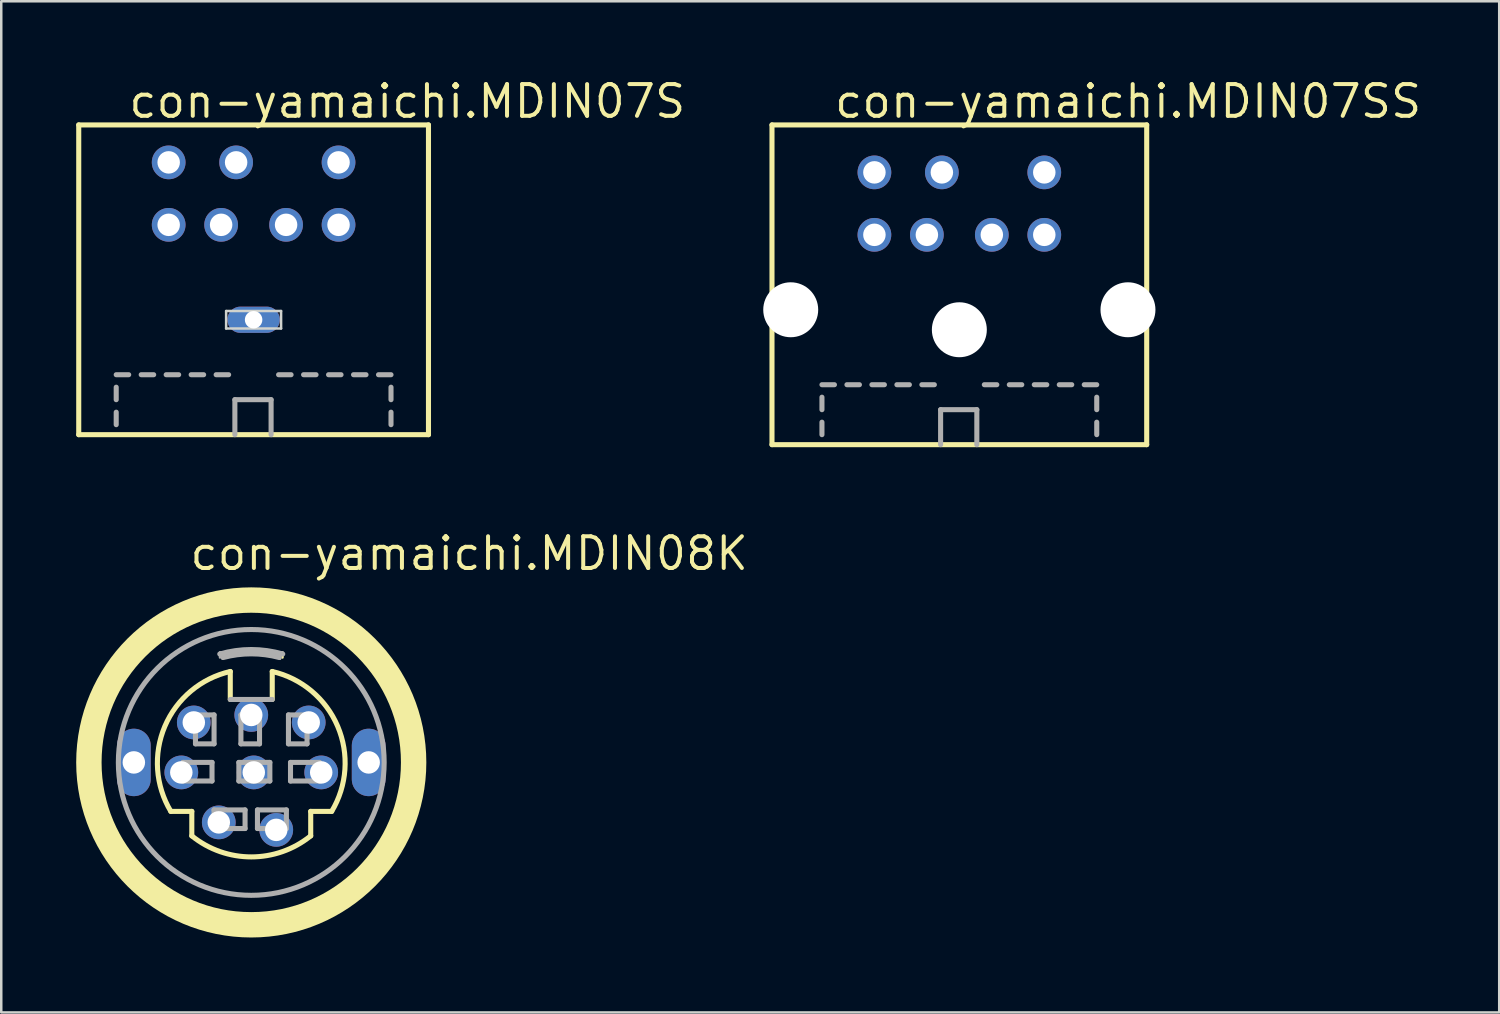
<source format=kicad_pcb>
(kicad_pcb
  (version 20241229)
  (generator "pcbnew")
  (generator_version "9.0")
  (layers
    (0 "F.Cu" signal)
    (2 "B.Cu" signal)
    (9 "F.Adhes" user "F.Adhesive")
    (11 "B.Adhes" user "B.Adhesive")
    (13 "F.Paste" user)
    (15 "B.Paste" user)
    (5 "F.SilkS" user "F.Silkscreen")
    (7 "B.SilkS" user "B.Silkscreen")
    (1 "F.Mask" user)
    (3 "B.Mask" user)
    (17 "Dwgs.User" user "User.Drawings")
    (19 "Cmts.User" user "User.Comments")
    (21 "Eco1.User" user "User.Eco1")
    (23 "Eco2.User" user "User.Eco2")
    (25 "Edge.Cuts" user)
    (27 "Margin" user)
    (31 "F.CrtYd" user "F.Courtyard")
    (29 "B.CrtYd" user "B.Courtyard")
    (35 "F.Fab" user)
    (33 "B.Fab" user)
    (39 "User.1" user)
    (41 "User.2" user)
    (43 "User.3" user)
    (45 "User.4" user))
  (footprint "con-yamaichi.MDIN07S"
    (layer "F.Cu")
    (at 7.102 14.45)
    (property "Reference" "con-yamaichi.MDIN07S" (at -5.08 -12.7 0) (layer "F.SilkS") (effects (font (size 1.27 1.27) (thickness 0.16)) (justify left bottom)))
    (attr through_hole)
    (fp_line (start -7 -12.5) (end -7 -0.1) (stroke (width 0.203) (type default)) (layer "F.SilkS"))
    (fp_line (start -7 -0.1) (end 7 -0.1) (stroke (width 0.203) (type default)) (layer "F.SilkS"))
    (fp_line (start 7 -12.5) (end -7 -12.5) (stroke (width 0.203) (type default)) (layer "F.SilkS"))
    (fp_line (start 7 -0.1) (end 7 -12.5) (stroke (width 0.203) (type default)) (layer "F.SilkS"))
    (fp_line (start -1.1 -4.35) (end -1.1 -5.05) (stroke (width 0.1) (type default)) (layer "Edge.Cuts"))
    (fp_line (start 1.1 -5.05) (end -1.1 -5.05) (stroke (width 0.1) (type default)) (layer "Edge.Cuts"))
    (fp_line (start 1.1 -4.35) (end -1.1 -4.35) (stroke (width 0.1) (type default)) (layer "Edge.Cuts"))
    (fp_line (start 1.1 -4.35) (end 1.1 -5.05) (stroke (width 0.1) (type default)) (layer "Edge.Cuts"))
    (fp_line (start -5.5 -2.5) (end -5 -2.5) (stroke (width 0.203) (type default)) (layer "F.Fab"))
    (fp_line (start -5.5 -1.5) (end -5.5 -2) (stroke (width 0.203) (type default)) (layer "F.Fab"))
    (fp_line (start -5.5 -0.5) (end -5.5 -1) (stroke (width 0.203) (type default)) (layer "F.Fab"))
    (fp_line (start -4.5 -2.5) (end -4 -2.5) (stroke (width 0.203) (type default)) (layer "F.Fab"))
    (fp_line (start -3.5 -2.5) (end -3 -2.5) (stroke (width 0.203) (type default)) (layer "F.Fab"))
    (fp_line (start -2.5 -2.5) (end -2 -2.5) (stroke (width 0.203) (type default)) (layer "F.Fab"))
    (fp_line (start -1.5 -2.5) (end -1 -2.5) (stroke (width 0.203) (type default)) (layer "F.Fab"))
    (fp_line (start -0.75 -1.5) (end 0.7 -1.5) (stroke (width 0.203) (type default)) (layer "F.Fab"))
    (fp_line (start -0.75 -0.1) (end -0.75 -1.5) (stroke (width 0.203) (type default)) (layer "F.Fab"))
    (fp_line (start 0.7 -1.5) (end 0.7 -0.1) (stroke (width 0.203) (type default)) (layer "F.Fab"))
    (fp_line (start 1 -2.5) (end 1.5 -2.5) (stroke (width 0.203) (type default)) (layer "F.Fab"))
    (fp_line (start 2 -2.5) (end 2.5 -2.5) (stroke (width 0.203) (type default)) (layer "F.Fab"))
    (fp_line (start 3 -2.5) (end 3.5 -2.5) (stroke (width 0.203) (type default)) (layer "F.Fab"))
    (fp_line (start 4 -2.5) (end 4.5 -2.5) (stroke (width 0.203) (type default)) (layer "F.Fab"))
    (fp_line (start 5 -2.5) (end 5.5 -2.5) (stroke (width 0.203) (type default)) (layer "F.Fab"))
    (fp_line (start 5.5 -1.5) (end 5.5 -2) (stroke (width 0.203) (type default)) (layer "F.Fab"))
    (fp_line (start 5.5 -0.5) (end 5.5 -1) (stroke (width 0.203) (type default)) (layer "F.Fab"))
    (pad "1" thru_hole circle (at 1.3 -8.5) (size 1.35 1.35) (drill 0.9) (layers "*.Cu" "*.Mask"))
    (pad "2" thru_hole circle (at -1.3 -8.5) (size 1.35 1.35) (drill 0.9) (layers "*.Cu" "*.Mask"))
    (pad "3" thru_hole circle (at 3.4 -8.5) (size 1.35 1.35) (drill 0.9) (layers "*.Cu" "*.Mask"))
    (pad "4" thru_hole circle (at -3.4 -8.5) (size 1.35 1.35) (drill 0.9) (layers "*.Cu" "*.Mask"))
    (pad "5" thru_hole circle (at 3.4 -11) (size 1.35 1.35) (drill 0.9) (layers "*.Cu" "*.Mask"))
    (pad "6" thru_hole circle (at -0.7 -11) (size 1.35 1.35) (drill 0.9) (layers "*.Cu" "*.Mask"))
    (pad "7" thru_hole circle (at -3.4 -11) (size 1.35 1.35) (drill 0.9) (layers "*.Cu" "*.Mask"))
    (pad "M" thru_hole oval (at 0 -4.7) (size 2.1 1.05) (drill 0.7) (layers "*.Cu" "*.Mask")))
  (footprint "con-yamaichi.MDIN07SS"
    (layer "F.Cu")
    (at 35.353 14.85)
    (property "Reference" "con-yamaichi.MDIN07SS" (at -5.08 -13.1 0) (layer "F.SilkS") (effects (font (size 1.27 1.27) (thickness 0.16)) (justify left bottom)))
    (attr through_hole)
    (fp_line (start -7.5 -12.9) (end -7.5 -0.1) (stroke (width 0.203) (type default)) (layer "F.SilkS"))
    (fp_line (start -7.5 -0.1) (end 7.5 -0.1) (stroke (width 0.203) (type default)) (layer "F.SilkS"))
    (fp_line (start 7.5 -12.9) (end -7.5 -12.9) (stroke (width 0.203) (type default)) (layer "F.SilkS"))
    (fp_line (start 7.5 -0.1) (end 7.5 -12.9) (stroke (width 0.203) (type default)) (layer "F.SilkS"))
    (fp_line (start -5.5 -2.5) (end -5 -2.5) (stroke (width 0.203) (type default)) (layer "F.Fab"))
    (fp_line (start -5.5 -1.5) (end -5.5 -2) (stroke (width 0.203) (type default)) (layer "F.Fab"))
    (fp_line (start -5.5 -0.5) (end -5.5 -1) (stroke (width 0.203) (type default)) (layer "F.Fab"))
    (fp_line (start -4.5 -2.5) (end -4 -2.5) (stroke (width 0.203) (type default)) (layer "F.Fab"))
    (fp_line (start -3.5 -2.5) (end -3 -2.5) (stroke (width 0.203) (type default)) (layer "F.Fab"))
    (fp_line (start -2.5 -2.5) (end -2 -2.5) (stroke (width 0.203) (type default)) (layer "F.Fab"))
    (fp_line (start -1.5 -2.5) (end -1 -2.5) (stroke (width 0.203) (type default)) (layer "F.Fab"))
    (fp_line (start -0.75 -1.5) (end 0.7 -1.5) (stroke (width 0.203) (type default)) (layer "F.Fab"))
    (fp_line (start -0.75 -0.1) (end -0.75 -1.5) (stroke (width 0.203) (type default)) (layer "F.Fab"))
    (fp_line (start 0.7 -1.5) (end 0.7 -0.1) (stroke (width 0.203) (type default)) (layer "F.Fab"))
    (fp_line (start 1 -2.5) (end 1.5 -2.5) (stroke (width 0.203) (type default)) (layer "F.Fab"))
    (fp_line (start 2 -2.5) (end 2.5 -2.5) (stroke (width 0.203) (type default)) (layer "F.Fab"))
    (fp_line (start 3 -2.5) (end 3.5 -2.5) (stroke (width 0.203) (type default)) (layer "F.Fab"))
    (fp_line (start 4 -2.5) (end 4.5 -2.5) (stroke (width 0.203) (type default)) (layer "F.Fab"))
    (fp_line (start 5 -2.5) (end 5.5 -2.5) (stroke (width 0.203) (type default)) (layer "F.Fab"))
    (fp_line (start 5.5 -1.5) (end 5.5 -2) (stroke (width 0.203) (type default)) (layer "F.Fab"))
    (fp_line (start 5.5 -0.5) (end 5.5 -1) (stroke (width 0.203) (type default)) (layer "F.Fab"))
    (pad "" np_thru_hole circle (at -6.75 -5.5) (size 2.2 2.2) (drill 2.2) (layers "*.Cu" "*.Mask"))
    (pad "" np_thru_hole circle (at 0 -4.7) (size 2.2 2.2) (drill 2.2) (layers "*.Cu" "*.Mask"))
    (pad "" np_thru_hole circle (at 6.75 -5.5) (size 2.2 2.2) (drill 2.2) (layers "*.Cu" "*.Mask"))
    (pad "1" thru_hole circle (at 1.3 -8.5) (size 1.35 1.35) (drill 0.9) (layers "*.Cu" "*.Mask"))
    (pad "2" thru_hole circle (at -1.3 -8.5) (size 1.35 1.35) (drill 0.9) (layers "*.Cu" "*.Mask"))
    (pad "3" thru_hole circle (at 3.4 -8.5) (size 1.35 1.35) (drill 0.9) (layers "*.Cu" "*.Mask"))
    (pad "4" thru_hole circle (at -3.4 -8.5) (size 1.35 1.35) (drill 0.9) (layers "*.Cu" "*.Mask"))
    (pad "5" thru_hole circle (at 3.4 -11) (size 1.35 1.35) (drill 0.9) (layers "*.Cu" "*.Mask"))
    (pad "6" thru_hole circle (at -0.7 -11) (size 1.35 1.35) (drill 0.9) (layers "*.Cu" "*.Mask"))
    (pad "7" thru_hole circle (at -3.4 -11) (size 1.35 1.35) (drill 0.9) (layers "*.Cu" "*.Mask")))
  (footprint "con-yamaichi.MDIN08K"
    (layer "F.Cu")
    (at 7.008 27.47)
    (property "Reference" "con-yamaichi.MDIN08K" (at -2.54 -7.62 0) (layer "F.SilkS") (effects (font (size 1.27 1.27) (thickness 0.16)) (justify left bottom)))
    (attr through_hole)
    (fp_line (start -3.22 1.96) (end -2.38 1.96) (stroke (width 0.203) (type default)) (layer "F.SilkS"))
    (fp_line (start -2.38 1.96) (end -2.38 2.94) (stroke (width 0.203) (type default)) (layer "F.SilkS"))
    (fp_line (start -0.84 -2.52) (end -0.84 -3.64) (stroke (width 0.203) (type default)) (layer "F.SilkS"))
    (fp_line (start 0.84 -3.64) (end 0.84 -2.52) (stroke (width 0.203) (type default)) (layer "F.SilkS"))
    (fp_line (start 1.25 -4.4) (end 1.25 -4.2) (stroke (width 0.102) (type default)) (layer "F.SilkS"))
    (fp_line (start 2.38 1.96) (end 2.38 2.94) (stroke (width 0.203) (type default)) (layer "F.SilkS"))
    (fp_line (start 3.22 1.96) (end 2.38 1.96) (stroke (width 0.203) (type default)) (layer "F.SilkS"))
    (fp_arc (start -3.22 1.96) (mid -3.458453 -1.447093) (end -0.84 -3.64) (stroke (width 0.2032) (type default)) (layer "F.SilkS"))
    (fp_arc (start 0.84 -3.64) (mid 3.458453 -1.447093) (end 3.22 1.96) (stroke (width 0.2032) (type default)) (layer "F.SilkS"))
    (fp_arc (start 2.38 2.94) (mid 0 3.782592) (end -2.38 2.94) (stroke (width 0.2032) (type default)) (layer "F.SilkS"))
    (fp_circle (center 0 0) (end 6.5 0) (stroke (width 1.016) (type default)) (fill no) (layer "F.SilkS"))
    (fp_line (start -2.729 0) (end -1.571 0) (stroke (width 0.203) (type default)) (layer "F.Fab"))
    (fp_line (start -2.729 0.744) (end -2.729 0) (stroke (width 0.203) (type default)) (layer "F.Fab"))
    (fp_line (start -2.233 -1.902) (end -1.489 -1.902) (stroke (width 0.203) (type default)) (layer "F.Fab"))
    (fp_line (start -2.233 -0.744) (end -2.233 -1.902) (stroke (width 0.203) (type default)) (layer "F.Fab"))
    (fp_line (start -1.571 0) (end -1.571 0.744) (stroke (width 0.203) (type default)) (layer "F.Fab"))
    (fp_line (start -1.571 0.744) (end -2.729 0.744) (stroke (width 0.203) (type default)) (layer "F.Fab"))
    (fp_line (start -1.489 -1.902) (end -1.489 -0.744) (stroke (width 0.203) (type default)) (layer "F.Fab"))
    (fp_line (start -1.489 -0.744) (end -2.233 -0.744) (stroke (width 0.203) (type default)) (layer "F.Fab"))
    (fp_line (start -1.489 1.902) (end -0.248 1.902) (stroke (width 0.203) (type default)) (layer "F.Fab"))
    (fp_line (start -1.489 2.646) (end -1.489 1.902) (stroke (width 0.203) (type default)) (layer "F.Fab"))
    (fp_line (start -1.25 -4.4) (end -1.25 -4.2) (stroke (width 0.102) (type default)) (layer "F.Fab"))
    (fp_line (start -1.15 -4.4) (end -1.25 -4.4) (stroke (width 0.102) (type default)) (layer "F.Fab"))
    (fp_line (start -1.15 -4.15) (end -1.15 -4.4) (stroke (width 0.102) (type default)) (layer "F.Fab"))
    (fp_line (start -0.496 0) (end 0.744 0) (stroke (width 0.203) (type default)) (layer "F.Fab"))
    (fp_line (start -0.496 0.744) (end -0.496 0) (stroke (width 0.203) (type default)) (layer "F.Fab"))
    (fp_line (start -0.414 -1.902) (end 0.331 -1.902) (stroke (width 0.203) (type default)) (layer "F.Fab"))
    (fp_line (start -0.414 -0.744) (end -0.414 -1.902) (stroke (width 0.203) (type default)) (layer "F.Fab"))
    (fp_line (start -0.248 1.902) (end -0.248 2.646) (stroke (width 0.203) (type default)) (layer "F.Fab"))
    (fp_line (start -0.248 2.646) (end -1.489 2.646) (stroke (width 0.203) (type default)) (layer "F.Fab"))
    (fp_line (start 0.248 1.902) (end 1.406 1.902) (stroke (width 0.203) (type default)) (layer "F.Fab"))
    (fp_line (start 0.248 2.646) (end 0.248 1.902) (stroke (width 0.203) (type default)) (layer "F.Fab"))
    (fp_line (start 0.331 -1.902) (end 0.331 -0.744) (stroke (width 0.203) (type default)) (layer "F.Fab"))
    (fp_line (start 0.331 -0.744) (end -0.414 -0.744) (stroke (width 0.203) (type default)) (layer "F.Fab"))
    (fp_line (start 0.744 0) (end 0.744 0.744) (stroke (width 0.203) (type default)) (layer "F.Fab"))
    (fp_line (start 0.744 0.744) (end -0.496 0.744) (stroke (width 0.203) (type default)) (layer "F.Fab"))
    (fp_line (start 0.84 -2.52) (end -0.84 -2.52) (stroke (width 0.203) (type default)) (layer "F.Fab"))
    (fp_line (start 1.15 -4.4) (end 1.25 -4.4) (stroke (width 0.102) (type default)) (layer "F.Fab"))
    (fp_line (start 1.15 -4.15) (end 1.15 -4.4) (stroke (width 0.102) (type default)) (layer "F.Fab"))
    (fp_line (start 1.406 1.902) (end 1.406 2.646) (stroke (width 0.203) (type default)) (layer "F.Fab"))
    (fp_line (start 1.406 2.646) (end 0.248 2.646) (stroke (width 0.203) (type default)) (layer "F.Fab"))
    (fp_line (start 1.489 -1.902) (end 2.233 -1.902) (stroke (width 0.203) (type default)) (layer "F.Fab"))
    (fp_line (start 1.489 -0.744) (end 1.489 -1.902) (stroke (width 0.203) (type default)) (layer "F.Fab"))
    (fp_line (start 1.571 0) (end 2.729 0) (stroke (width 0.203) (type default)) (layer "F.Fab"))
    (fp_line (start 1.571 0.744) (end 1.571 0) (stroke (width 0.203) (type default)) (layer "F.Fab"))
    (fp_line (start 2.233 -1.902) (end 2.233 -0.744) (stroke (width 0.203) (type default)) (layer "F.Fab"))
    (fp_line (start 2.233 -0.744) (end 1.489 -0.744) (stroke (width 0.203) (type default)) (layer "F.Fab"))
    (fp_line (start 2.729 0) (end 2.729 0.744) (stroke (width 0.203) (type default)) (layer "F.Fab"))
    (fp_line (start 2.729 0.744) (end 1.571 0.744) (stroke (width 0.203) (type default)) (layer "F.Fab"))
    (fp_arc (start -1.26 -4.34) (mid 0 -4.519203) (end 1.26 -4.34) (stroke (width 0.2032) (type default)) (layer "F.Fab"))
    (fp_arc (start -1.12 -4.2) (mid 0 -4.346769) (end 1.12 -4.2) (stroke (width 0.2032) (type default)) (layer "F.Fab"))
    (fp_circle (center 0 0) (end 5.32 0) (stroke (width 0.203) (type default)) (fill no) (layer "F.Fab"))
    (pad "1" thru_hole circle (at 1 2.7) (size 1.35 1.35) (drill 0.9) (layers "*.Cu" "*.Mask"))
    (pad "2" thru_hole circle (at -1.3 2.4) (size 1.35 1.35) (drill 0.9) (layers "*.Cu" "*.Mask"))
    (pad "3" thru_hole circle (at 2.8 0.4) (size 1.35 1.35) (drill 0.9) (layers "*.Cu" "*.Mask"))
    (pad "4" thru_hole circle (at 0.1 0.4) (size 1.35 1.35) (drill 0.9) (layers "*.Cu" "*.Mask"))
    (pad "5" thru_hole circle (at -2.8 0.4) (size 1.35 1.35) (drill 0.9) (layers "*.Cu" "*.Mask"))
    (pad "6" thru_hole circle (at 2.3 -1.6) (size 1.35 1.35) (drill 0.9) (layers "*.Cu" "*.Mask"))
    (pad "7" thru_hole circle (at 0 -1.9) (size 1.35 1.35) (drill 0.9) (layers "*.Cu" "*.Mask"))
    (pad "8" thru_hole circle (at -2.3 -1.6) (size 1.35 1.35) (drill 0.9) (layers "*.Cu" "*.Mask"))
    (pad "M1" thru_hole oval (at -4.7 0 90) (size 2.7 1.35) (drill 0.9) (layers "*.Cu" "*.Mask"))
    (pad "M2" thru_hole oval (at 4.7 0 90) (size 2.7 1.35) (drill 0.9) (layers "*.Cu" "*.Mask")))
  (gr_rect
    (start -3 -3)
    (end 56.964 37.478)
    (stroke (width 0.1) (type default))
    (fill no)
    (layer "Edge.Cuts")))
</source>
